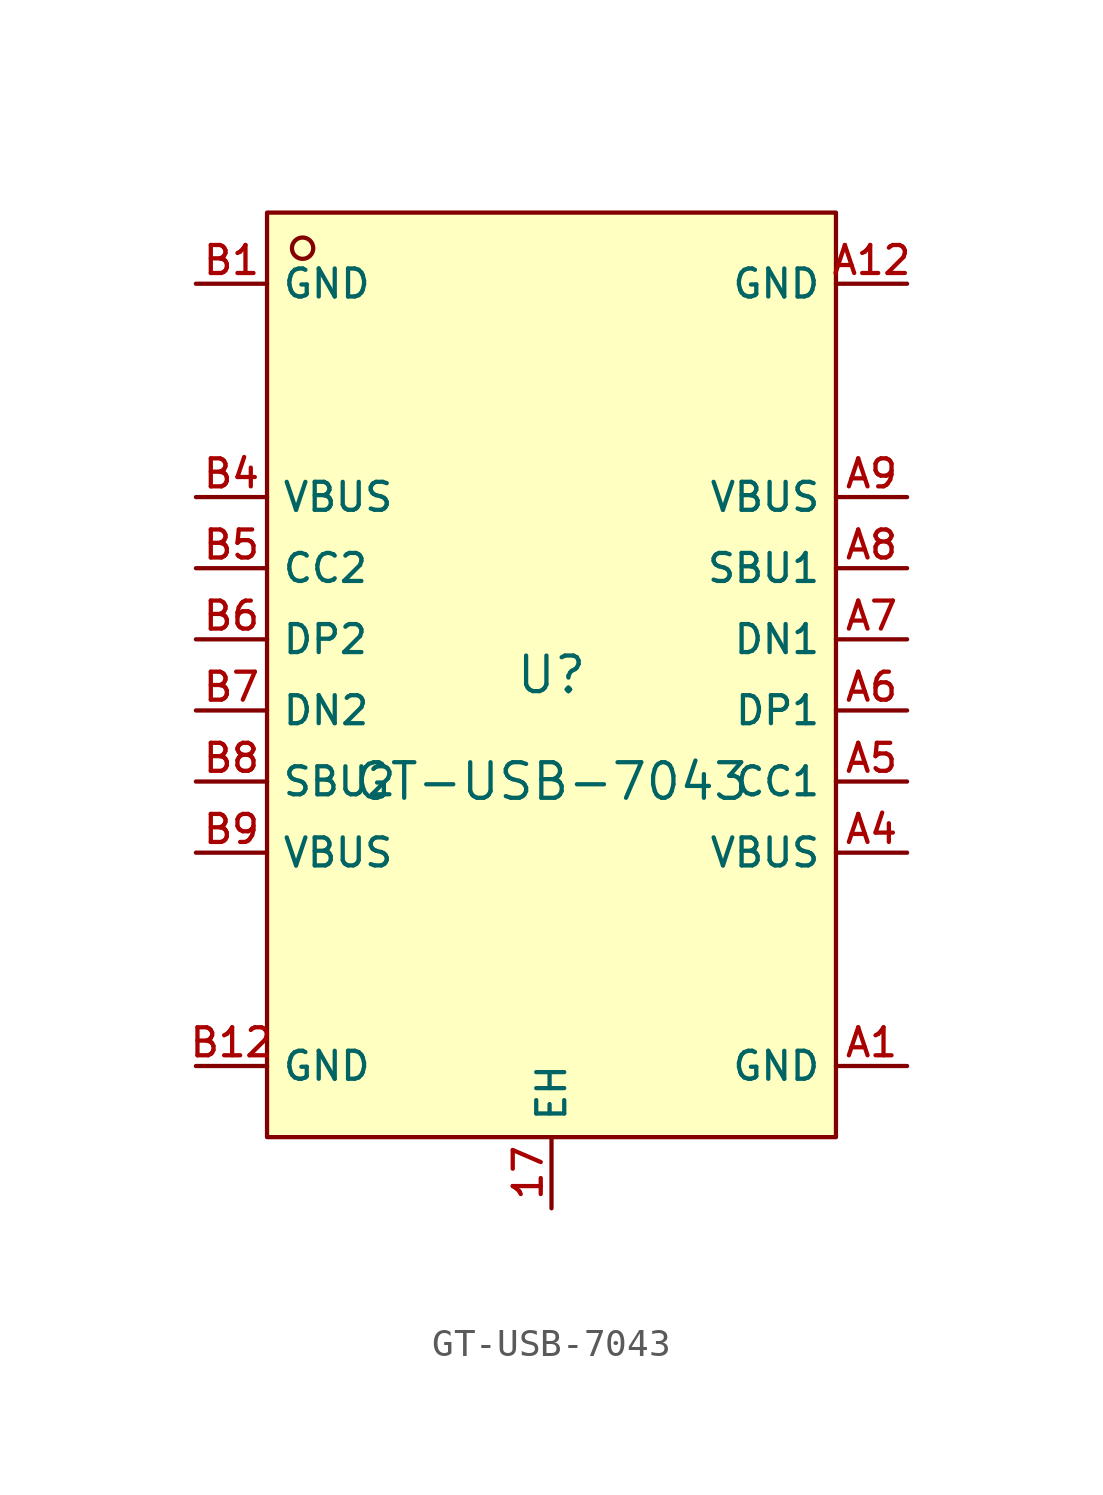
<source format=kicad_sym>
(kicad_symbol_lib
  (version 20231120)
  (generator "kicad_symbol_editor")
  (generator_version "8.0")
  (symbol "GT-USB-7043"
    (property "Reference" "U"
      (at 0 1.27 0)
      (effects (font (size 1.27 1.27))))
    (property "Value" "GT-USB-7043"
      (at 0 -2.54 0)
      (effects (font (size 1.27 1.27))))
    (symbol "GT-USB-7043_0_1"
      (rectangle (start -10.16 17.78) (end 10.16 -15.24) (stroke (width 0) (type default)) (fill (type background)))
      (circle (center -8.89 16.51) (radius 0.381) (stroke (width 0) (type default)) (fill (type background)))
      (pin unspecified line (at 0 -17.78 90) (length 2.54) (name "EH" (effects (font (size 1 1)))) (number "17" (effects (font (size 1 1)))))
      (pin unspecified line (at 12.7 -12.7 180) (length 2.54) (name "GND" (effects (font (size 1 1)))) (number "A1" (effects (font (size 1 1)))))
      (pin unspecified line (at 12.7 15.24 180) (length 2.54) (name "GND" (effects (font (size 1 1)))) (number "A12" (effects (font (size 1 1)))))
      (pin unspecified line (at 12.7 -5.08 180) (length 2.54) (name "VBUS" (effects (font (size 1 1)))) (number "A4" (effects (font (size 1 1)))))
      (pin unspecified line (at 12.7 -2.54 180) (length 2.54) (name "CC1" (effects (font (size 1 1)))) (number "A5" (effects (font (size 1 1)))))
      (pin unspecified line (at 12.7 0 180) (length 2.54) (name "DP1" (effects (font (size 1 1)))) (number "A6" (effects (font (size 1 1)))))
      (pin unspecified line (at 12.7 2.54 180) (length 2.54) (name "DN1" (effects (font (size 1 1)))) (number "A7" (effects (font (size 1 1)))))
      (pin unspecified line (at 12.7 5.08 180) (length 2.54) (name "SBU1" (effects (font (size 1 1)))) (number "A8" (effects (font (size 1 1)))))
      (pin unspecified line (at 12.7 7.62 180) (length 2.54) (name "VBUS" (effects (font (size 1 1)))) (number "A9" (effects (font (size 1 1)))))
      (pin unspecified line (at -12.7 15.24 0) (length 2.54) (name "GND" (effects (font (size 1 1)))) (number "B1" (effects (font (size 1 1)))))
      (pin unspecified line (at -12.7 -12.7 0) (length 2.54) (name "GND" (effects (font (size 1 1)))) (number "B12" (effects (font (size 1 1)))))
      (pin unspecified line (at -12.7 7.62 0) (length 2.54) (name "VBUS" (effects (font (size 1 1)))) (number "B4" (effects (font (size 1 1)))))
      (pin unspecified line (at -12.7 5.08 0) (length 2.54) (name "CC2" (effects (font (size 1 1)))) (number "B5" (effects (font (size 1 1)))))
      (pin unspecified line (at -12.7 2.54 0) (length 2.54) (name "DP2" (effects (font (size 1 1)))) (number "B6" (effects (font (size 1 1)))))
      (pin unspecified line (at -12.7 0 0) (length 2.54) (name "DN2" (effects (font (size 1 1)))) (number "B7" (effects (font (size 1 1)))))
      (pin unspecified line (at -12.7 -2.54 0) (length 2.54) (name "SBU2" (effects (font (size 1 1)))) (number "B8" (effects (font (size 1 1)))))
      (pin unspecified line (at -12.7 -5.08 0) (length 2.54) (name "VBUS" (effects (font (size 1 1)))) (number "B9" (effects (font (size 1 1))))))))
</source>
